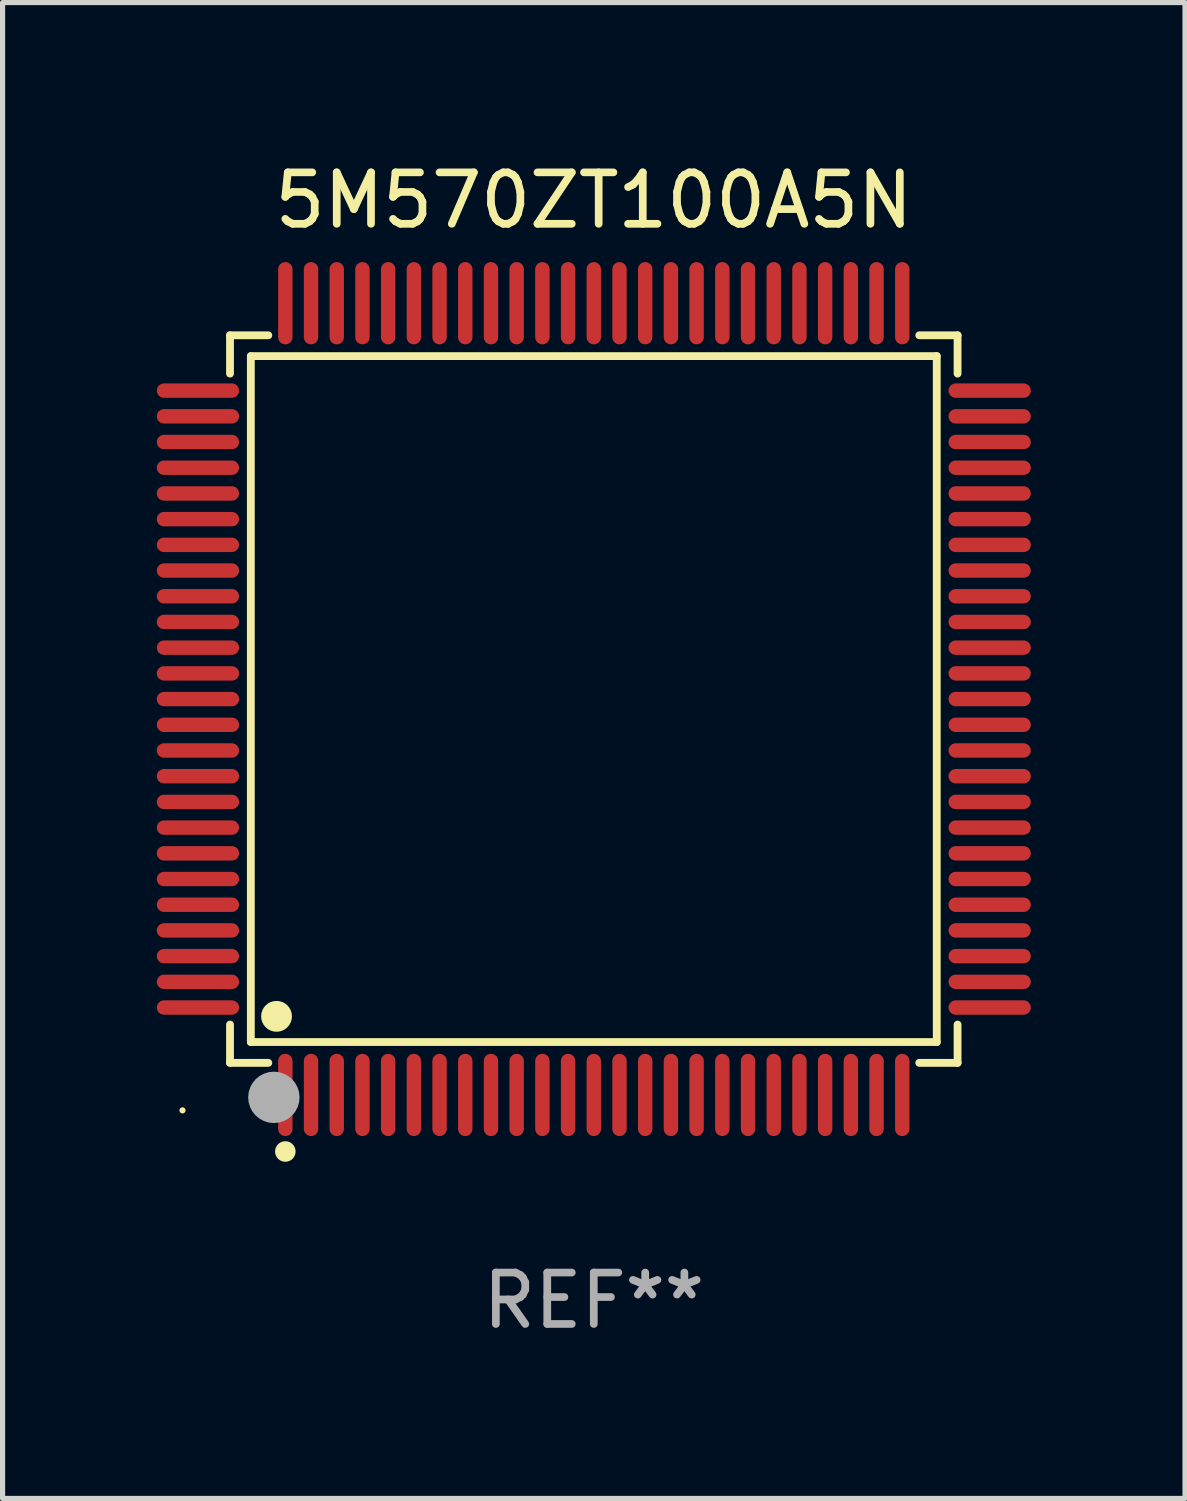
<source format=kicad_pcb>
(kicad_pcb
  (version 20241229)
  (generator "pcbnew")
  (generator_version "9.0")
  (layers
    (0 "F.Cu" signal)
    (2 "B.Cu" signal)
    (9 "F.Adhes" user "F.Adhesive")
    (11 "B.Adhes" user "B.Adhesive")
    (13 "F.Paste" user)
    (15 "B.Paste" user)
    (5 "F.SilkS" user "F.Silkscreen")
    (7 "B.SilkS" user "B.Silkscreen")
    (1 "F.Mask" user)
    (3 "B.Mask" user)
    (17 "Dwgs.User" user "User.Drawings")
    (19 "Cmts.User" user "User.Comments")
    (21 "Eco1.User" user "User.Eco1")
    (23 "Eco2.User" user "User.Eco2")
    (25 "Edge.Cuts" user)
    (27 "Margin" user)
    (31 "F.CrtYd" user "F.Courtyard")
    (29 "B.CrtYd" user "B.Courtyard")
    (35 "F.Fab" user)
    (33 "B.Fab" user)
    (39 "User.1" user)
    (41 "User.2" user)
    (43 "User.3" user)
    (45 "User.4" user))
  (footprint "5M570ZT100A5N"
    (layer "F.Cu")
    (at 8.5 10.548)
    (property "Reference" "5M570ZT100A5N" (at 0 -9.7 0) (layer "F.SilkS") (effects (font (size 1 1) (thickness 0.15))))
    (attr through_hole)
    (fp_line (start -7.076 -7.076) (end -6.331 -7.076) (stroke (width 0.152) (type solid)) (layer "F.SilkS"))
    (fp_line (start -7.076 -6.331) (end -7.076 -7.076) (stroke (width 0.152) (type solid)) (layer "F.SilkS"))
    (fp_line (start -7.076 6.331) (end -7.076 7.076) (stroke (width 0.152) (type solid)) (layer "F.SilkS"))
    (fp_line (start -7.076 7.076) (end -6.331 7.076) (stroke (width 0.152) (type solid)) (layer "F.SilkS"))
    (fp_line (start -6.671 -6.671) (end 6.671 -6.671) (stroke (width 0.152) (type solid)) (layer "F.SilkS"))
    (fp_line (start -6.671 6.671) (end -6.671 -6.671) (stroke (width 0.152) (type solid)) (layer "F.SilkS"))
    (fp_line (start 6.671 -6.671) (end 6.671 6.671) (stroke (width 0.152) (type solid)) (layer "F.SilkS"))
    (fp_line (start 6.671 6.671) (end -6.671 6.671) (stroke (width 0.152) (type solid)) (layer "F.SilkS"))
    (fp_line (start 7.076 -7.076) (end 6.331 -7.076) (stroke (width 0.152) (type solid)) (layer "F.SilkS"))
    (fp_line (start 7.076 -6.331) (end 7.076 -7.076) (stroke (width 0.152) (type solid)) (layer "F.SilkS"))
    (fp_line (start 7.076 6.331) (end 7.076 7.076) (stroke (width 0.152) (type solid)) (layer "F.SilkS"))
    (fp_line (start 7.076 7.076) (end 6.331 7.076) (stroke (width 0.152) (type solid)) (layer "F.SilkS"))
    (fp_circle (center -8 8) (end -7.97 8) (stroke (width 0.06) (type solid)) (fill no) (layer "F.SilkS"))
    (fp_circle (center -6.171 6.171) (end -6.021 6.171) (stroke (width 0.3) (type solid)) (fill no) (layer "F.SilkS"))
    (fp_circle (center -6 8.8) (end -5.9 8.8) (stroke (width 0.2) (type solid)) (fill no) (layer "F.SilkS"))
    (fp_circle (center -6.223 7.747) (end -5.973 7.747) (stroke (width 0.5) (type solid)) (fill no) (layer "F.Fab"))
    (fp_text user "REF**" (at 0 11.7 0) (layer "F.Fab") (effects (font (size 1 1) (thickness 0.15))))
    (pad "1" smd oval (at -6 7.7) (size 0.28 1.6) (layers "F.Cu" "F.Mask" "F.Paste"))
    (pad "2" smd oval (at -5.5 7.7) (size 0.28 1.6) (layers "F.Cu" "F.Mask" "F.Paste"))
    (pad "3" smd oval (at -5 7.7) (size 0.28 1.6) (layers "F.Cu" "F.Mask" "F.Paste"))
    (pad "4" smd oval (at -4.5 7.7) (size 0.28 1.6) (layers "F.Cu" "F.Mask" "F.Paste"))
    (pad "5" smd oval (at -4 7.7) (size 0.28 1.6) (layers "F.Cu" "F.Mask" "F.Paste"))
    (pad "6" smd oval (at -3.5 7.7) (size 0.28 1.6) (layers "F.Cu" "F.Mask" "F.Paste"))
    (pad "7" smd oval (at -3 7.7) (size 0.28 1.6) (layers "F.Cu" "F.Mask" "F.Paste"))
    (pad "8" smd oval (at -2.5 7.7) (size 0.28 1.6) (layers "F.Cu" "F.Mask" "F.Paste"))
    (pad "9" smd oval (at -2 7.7) (size 0.28 1.6) (layers "F.Cu" "F.Mask" "F.Paste"))
    (pad "10" smd oval (at -1.5 7.7) (size 0.28 1.6) (layers "F.Cu" "F.Mask" "F.Paste"))
    (pad "11" smd oval (at -1 7.7) (size 0.28 1.6) (layers "F.Cu" "F.Mask" "F.Paste"))
    (pad "12" smd oval (at -0.5 7.7) (size 0.28 1.6) (layers "F.Cu" "F.Mask" "F.Paste"))
    (pad "13" smd oval (at 0 7.7) (size 0.28 1.6) (layers "F.Cu" "F.Mask" "F.Paste"))
    (pad "14" smd oval (at 0.5 7.7) (size 0.28 1.6) (layers "F.Cu" "F.Mask" "F.Paste"))
    (pad "15" smd oval (at 1 7.7) (size 0.28 1.6) (layers "F.Cu" "F.Mask" "F.Paste"))
    (pad "16" smd oval (at 1.5 7.7) (size 0.28 1.6) (layers "F.Cu" "F.Mask" "F.Paste"))
    (pad "17" smd oval (at 2 7.7) (size 0.28 1.6) (layers "F.Cu" "F.Mask" "F.Paste"))
    (pad "18" smd oval (at 2.5 7.7) (size 0.28 1.6) (layers "F.Cu" "F.Mask" "F.Paste"))
    (pad "19" smd oval (at 3 7.7) (size 0.28 1.6) (layers "F.Cu" "F.Mask" "F.Paste"))
    (pad "20" smd oval (at 3.5 7.7) (size 0.28 1.6) (layers "F.Cu" "F.Mask" "F.Paste"))
    (pad "21" smd oval (at 4 7.7) (size 0.28 1.6) (layers "F.Cu" "F.Mask" "F.Paste"))
    (pad "22" smd oval (at 4.5 7.7) (size 0.28 1.6) (layers "F.Cu" "F.Mask" "F.Paste"))
    (pad "23" smd oval (at 5 7.7) (size 0.28 1.6) (layers "F.Cu" "F.Mask" "F.Paste"))
    (pad "24" smd oval (at 5.5 7.7) (size 0.28 1.6) (layers "F.Cu" "F.Mask" "F.Paste"))
    (pad "25" smd oval (at 6 7.7) (size 0.28 1.6) (layers "F.Cu" "F.Mask" "F.Paste"))
    (pad "26" smd oval (at 7.7 6) (size 1.6 0.28) (layers "F.Cu" "F.Mask" "F.Paste"))
    (pad "27" smd oval (at 7.7 5.5) (size 1.6 0.28) (layers "F.Cu" "F.Mask" "F.Paste"))
    (pad "28" smd oval (at 7.7 5) (size 1.6 0.28) (layers "F.Cu" "F.Mask" "F.Paste"))
    (pad "29" smd oval (at 7.7 4.5) (size 1.6 0.28) (layers "F.Cu" "F.Mask" "F.Paste"))
    (pad "30" smd oval (at 7.7 4) (size 1.6 0.28) (layers "F.Cu" "F.Mask" "F.Paste"))
    (pad "31" smd oval (at 7.7 3.5) (size 1.6 0.28) (layers "F.Cu" "F.Mask" "F.Paste"))
    (pad "32" smd oval (at 7.7 3) (size 1.6 0.28) (layers "F.Cu" "F.Mask" "F.Paste"))
    (pad "33" smd oval (at 7.7 2.5) (size 1.6 0.28) (layers "F.Cu" "F.Mask" "F.Paste"))
    (pad "34" smd oval (at 7.7 2) (size 1.6 0.28) (layers "F.Cu" "F.Mask" "F.Paste"))
    (pad "35" smd oval (at 7.7 1.5) (size 1.6 0.28) (layers "F.Cu" "F.Mask" "F.Paste"))
    (pad "36" smd oval (at 7.7 1) (size 1.6 0.28) (layers "F.Cu" "F.Mask" "F.Paste"))
    (pad "37" smd oval (at 7.7 0.5) (size 1.6 0.28) (layers "F.Cu" "F.Mask" "F.Paste"))
    (pad "38" smd oval (at 7.7 0) (size 1.6 0.28) (layers "F.Cu" "F.Mask" "F.Paste"))
    (pad "39" smd oval (at 7.7 -0.5) (size 1.6 0.28) (layers "F.Cu" "F.Mask" "F.Paste"))
    (pad "40" smd oval (at 7.7 -1) (size 1.6 0.28) (layers "F.Cu" "F.Mask" "F.Paste"))
    (pad "41" smd oval (at 7.7 -1.5) (size 1.6 0.28) (layers "F.Cu" "F.Mask" "F.Paste"))
    (pad "42" smd oval (at 7.7 -2) (size 1.6 0.28) (layers "F.Cu" "F.Mask" "F.Paste"))
    (pad "43" smd oval (at 7.7 -2.5) (size 1.6 0.28) (layers "F.Cu" "F.Mask" "F.Paste"))
    (pad "44" smd oval (at 7.7 -3) (size 1.6 0.28) (layers "F.Cu" "F.Mask" "F.Paste"))
    (pad "45" smd oval (at 7.7 -3.5) (size 1.6 0.28) (layers "F.Cu" "F.Mask" "F.Paste"))
    (pad "46" smd oval (at 7.7 -4) (size 1.6 0.28) (layers "F.Cu" "F.Mask" "F.Paste"))
    (pad "47" smd oval (at 7.7 -4.5) (size 1.6 0.28) (layers "F.Cu" "F.Mask" "F.Paste"))
    (pad "48" smd oval (at 7.7 -5) (size 1.6 0.28) (layers "F.Cu" "F.Mask" "F.Paste"))
    (pad "49" smd oval (at 7.7 -5.5) (size 1.6 0.28) (layers "F.Cu" "F.Mask" "F.Paste"))
    (pad "50" smd oval (at 7.7 -6) (size 1.6 0.28) (layers "F.Cu" "F.Mask" "F.Paste"))
    (pad "51" smd oval (at 6 -7.7) (size 0.28 1.6) (layers "F.Cu" "F.Mask" "F.Paste"))
    (pad "52" smd oval (at 5.5 -7.7) (size 0.28 1.6) (layers "F.Cu" "F.Mask" "F.Paste"))
    (pad "53" smd oval (at 5 -7.7) (size 0.28 1.6) (layers "F.Cu" "F.Mask" "F.Paste"))
    (pad "54" smd oval (at 4.5 -7.7) (size 0.28 1.6) (layers "F.Cu" "F.Mask" "F.Paste"))
    (pad "55" smd oval (at 4 -7.7) (size 0.28 1.6) (layers "F.Cu" "F.Mask" "F.Paste"))
    (pad "56" smd oval (at 3.5 -7.7) (size 0.28 1.6) (layers "F.Cu" "F.Mask" "F.Paste"))
    (pad "57" smd oval (at 3 -7.7) (size 0.28 1.6) (layers "F.Cu" "F.Mask" "F.Paste"))
    (pad "58" smd oval (at 2.5 -7.7) (size 0.28 1.6) (layers "F.Cu" "F.Mask" "F.Paste"))
    (pad "59" smd oval (at 2 -7.7) (size 0.28 1.6) (layers "F.Cu" "F.Mask" "F.Paste"))
    (pad "60" smd oval (at 1.5 -7.7) (size 0.28 1.6) (layers "F.Cu" "F.Mask" "F.Paste"))
    (pad "61" smd oval (at 1 -7.7) (size 0.28 1.6) (layers "F.Cu" "F.Mask" "F.Paste"))
    (pad "62" smd oval (at 0.5 -7.7) (size 0.28 1.6) (layers "F.Cu" "F.Mask" "F.Paste"))
    (pad "63" smd oval (at 0 -7.7) (size 0.28 1.6) (layers "F.Cu" "F.Mask" "F.Paste"))
    (pad "64" smd oval (at -0.5 -7.7) (size 0.28 1.6) (layers "F.Cu" "F.Mask" "F.Paste"))
    (pad "65" smd oval (at -1 -7.7) (size 0.28 1.6) (layers "F.Cu" "F.Mask" "F.Paste"))
    (pad "66" smd oval (at -1.5 -7.7) (size 0.28 1.6) (layers "F.Cu" "F.Mask" "F.Paste"))
    (pad "67" smd oval (at -2 -7.7) (size 0.28 1.6) (layers "F.Cu" "F.Mask" "F.Paste"))
    (pad "68" smd oval (at -2.5 -7.7) (size 0.28 1.6) (layers "F.Cu" "F.Mask" "F.Paste"))
    (pad "69" smd oval (at -3 -7.7) (size 0.28 1.6) (layers "F.Cu" "F.Mask" "F.Paste"))
    (pad "70" smd oval (at -3.5 -7.7) (size 0.28 1.6) (layers "F.Cu" "F.Mask" "F.Paste"))
    (pad "71" smd oval (at -4 -7.7) (size 0.28 1.6) (layers "F.Cu" "F.Mask" "F.Paste"))
    (pad "72" smd oval (at -4.5 -7.7) (size 0.28 1.6) (layers "F.Cu" "F.Mask" "F.Paste"))
    (pad "73" smd oval (at -5 -7.7) (size 0.28 1.6) (layers "F.Cu" "F.Mask" "F.Paste"))
    (pad "74" smd oval (at -5.5 -7.7) (size 0.28 1.6) (layers "F.Cu" "F.Mask" "F.Paste"))
    (pad "75" smd oval (at -6 -7.7) (size 0.28 1.6) (layers "F.Cu" "F.Mask" "F.Paste"))
    (pad "76" smd oval (at -7.7 -6) (size 1.6 0.28) (layers "F.Cu" "F.Mask" "F.Paste"))
    (pad "77" smd oval (at -7.7 -5.5) (size 1.6 0.28) (layers "F.Cu" "F.Mask" "F.Paste"))
    (pad "78" smd oval (at -7.7 -5) (size 1.6 0.28) (layers "F.Cu" "F.Mask" "F.Paste"))
    (pad "79" smd oval (at -7.7 -4.5) (size 1.6 0.28) (layers "F.Cu" "F.Mask" "F.Paste"))
    (pad "80" smd oval (at -7.7 -4) (size 1.6 0.28) (layers "F.Cu" "F.Mask" "F.Paste"))
    (pad "81" smd oval (at -7.7 -3.5) (size 1.6 0.28) (layers "F.Cu" "F.Mask" "F.Paste"))
    (pad "82" smd oval (at -7.7 -3) (size 1.6 0.28) (layers "F.Cu" "F.Mask" "F.Paste"))
    (pad "83" smd oval (at -7.7 -2.5) (size 1.6 0.28) (layers "F.Cu" "F.Mask" "F.Paste"))
    (pad "84" smd oval (at -7.7 -2) (size 1.6 0.28) (layers "F.Cu" "F.Mask" "F.Paste"))
    (pad "85" smd oval (at -7.7 -1.5) (size 1.6 0.28) (layers "F.Cu" "F.Mask" "F.Paste"))
    (pad "86" smd oval (at -7.7 -1) (size 1.6 0.28) (layers "F.Cu" "F.Mask" "F.Paste"))
    (pad "87" smd oval (at -7.7 -0.5) (size 1.6 0.28) (layers "F.Cu" "F.Mask" "F.Paste"))
    (pad "88" smd oval (at -7.7 0) (size 1.6 0.28) (layers "F.Cu" "F.Mask" "F.Paste"))
    (pad "89" smd oval (at -7.7 0.5) (size 1.6 0.28) (layers "F.Cu" "F.Mask" "F.Paste"))
    (pad "90" smd oval (at -7.7 1) (size 1.6 0.28) (layers "F.Cu" "F.Mask" "F.Paste"))
    (pad "91" smd oval (at -7.7 1.5) (size 1.6 0.28) (layers "F.Cu" "F.Mask" "F.Paste"))
    (pad "92" smd oval (at -7.7 2) (size 1.6 0.28) (layers "F.Cu" "F.Mask" "F.Paste"))
    (pad "93" smd oval (at -7.7 2.5) (size 1.6 0.28) (layers "F.Cu" "F.Mask" "F.Paste"))
    (pad "94" smd oval (at -7.7 3) (size 1.6 0.28) (layers "F.Cu" "F.Mask" "F.Paste"))
    (pad "95" smd oval (at -7.7 3.5) (size 1.6 0.28) (layers "F.Cu" "F.Mask" "F.Paste"))
    (pad "96" smd oval (at -7.7 4) (size 1.6 0.28) (layers "F.Cu" "F.Mask" "F.Paste"))
    (pad "97" smd oval (at -7.7 4.5) (size 1.6 0.28) (layers "F.Cu" "F.Mask" "F.Paste"))
    (pad "98" smd oval (at -7.7 5) (size 1.6 0.28) (layers "F.Cu" "F.Mask" "F.Paste"))
    (pad "99" smd oval (at -7.7 5.5) (size 1.6 0.28) (layers "F.Cu" "F.Mask" "F.Paste"))
    (pad "100" smd oval (at -7.7 6) (size 1.6 0.28) (layers "F.Cu" "F.Mask" "F.Paste")))
  (gr_rect
    (start -3 -3)
    (end 20 26.097)
    (stroke (width 0.1) (type default))
    (fill no)
    (layer "Edge.Cuts")))
</source>
